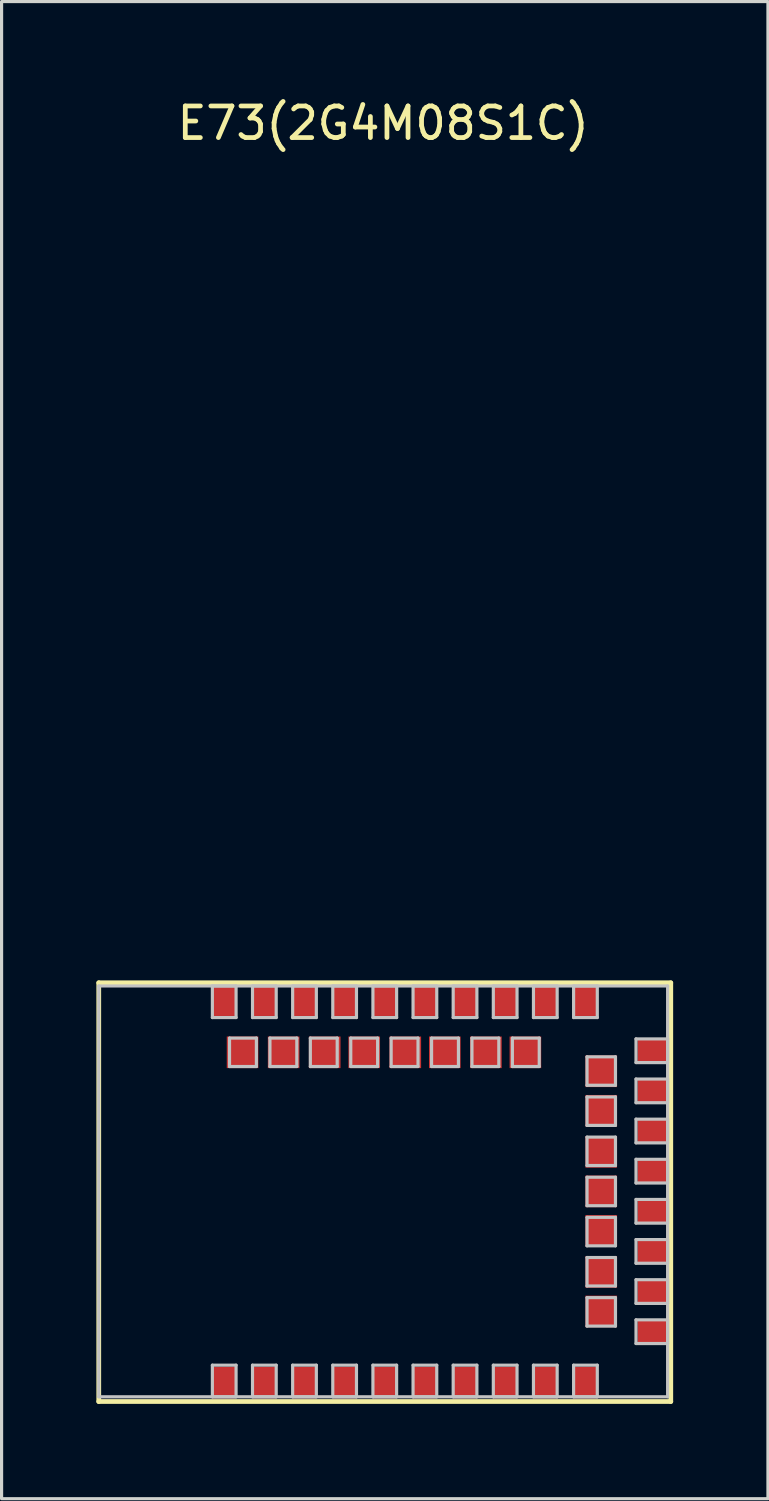
<source format=kicad_pcb>
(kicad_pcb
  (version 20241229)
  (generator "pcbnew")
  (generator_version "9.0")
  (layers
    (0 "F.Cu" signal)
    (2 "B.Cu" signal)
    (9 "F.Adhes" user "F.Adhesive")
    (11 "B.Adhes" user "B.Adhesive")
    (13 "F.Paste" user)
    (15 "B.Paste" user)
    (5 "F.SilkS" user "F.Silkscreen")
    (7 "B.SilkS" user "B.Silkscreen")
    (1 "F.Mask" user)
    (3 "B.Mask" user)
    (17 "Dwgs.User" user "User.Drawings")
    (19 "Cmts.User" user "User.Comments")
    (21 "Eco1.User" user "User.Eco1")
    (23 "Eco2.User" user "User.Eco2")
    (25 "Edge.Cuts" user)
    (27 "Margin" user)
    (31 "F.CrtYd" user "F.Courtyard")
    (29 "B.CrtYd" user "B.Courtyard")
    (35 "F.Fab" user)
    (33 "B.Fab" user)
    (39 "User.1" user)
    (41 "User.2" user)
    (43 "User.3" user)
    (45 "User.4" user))
  (footprint "E73(2G4M08S1C)"
    (layer "F.Cu")
    (at 9.775 34.648)
    (property "Reference" "E73(2G4M08S1C)" (at -0.7 -33.8 0) (layer "F.SilkS") (effects (font (size 1 1) (thickness 0.15))))
    (attr through_hole)
    (fp_line (start -9.7 -6.6) (end 8.4 -6.6) (stroke (width 0.15) (type solid)) (layer "F.SilkS"))
    (fp_line (start -9.7 6.65) (end -9.7 -6.6) (stroke (width 0.15) (type solid)) (layer "F.SilkS"))
    (fp_line (start 8.4 -6.6) (end 8.4 6.65) (stroke (width 0.15) (type solid)) (layer "F.SilkS"))
    (fp_line (start 8.4 6.65) (end -9.7 6.65) (stroke (width 0.15) (type solid)) (layer "F.SilkS"))
    (fp_line (start -9.7 -6.5) (end 8.3 -6.5) (stroke (width 0.1) (type solid)) (layer "Dwgs.User"))
    (fp_line (start -9.7 6.5) (end -9.7 -6.5) (stroke (width 0.1) (type solid)) (layer "Dwgs.User"))
    (fp_line (start -6.105 -6.5) (end -5.355 -6.5) (stroke (width 0.1) (type solid)) (layer "Dwgs.User"))
    (fp_line (start -6.105 -5.5) (end -6.105 -6.5) (stroke (width 0.1) (type solid)) (layer "Dwgs.User"))
    (fp_line (start -6.105 5.5) (end -5.355 5.5) (stroke (width 0.1) (type solid)) (layer "Dwgs.User"))
    (fp_line (start -6.105 6.5) (end -6.105 5.5) (stroke (width 0.1) (type solid)) (layer "Dwgs.User"))
    (fp_line (start -5.562 -4.85) (end -5.562 -3.95) (stroke (width 0.1) (type solid)) (layer "Dwgs.User"))
    (fp_line (start -5.562 -3.95) (end -4.712 -3.95) (stroke (width 0.1) (type solid)) (layer "Dwgs.User"))
    (fp_line (start -5.355 -6.5) (end -5.355 -5.5) (stroke (width 0.1) (type solid)) (layer "Dwgs.User"))
    (fp_line (start -5.355 -5.5) (end -6.105 -5.5) (stroke (width 0.1) (type solid)) (layer "Dwgs.User"))
    (fp_line (start -5.355 5.5) (end -5.355 6.5) (stroke (width 0.1) (type solid)) (layer "Dwgs.User"))
    (fp_line (start -5.355 6.5) (end -6.105 6.5) (stroke (width 0.1) (type solid)) (layer "Dwgs.User"))
    (fp_line (start -4.835 -6.5) (end -4.085 -6.5) (stroke (width 0.1) (type solid)) (layer "Dwgs.User"))
    (fp_line (start -4.835 -5.5) (end -4.835 -6.5) (stroke (width 0.1) (type solid)) (layer "Dwgs.User"))
    (fp_line (start -4.835 5.5) (end -4.835 6.5) (stroke (width 0.1) (type solid)) (layer "Dwgs.User"))
    (fp_line (start -4.835 6.5) (end -4.085 6.5) (stroke (width 0.1) (type solid)) (layer "Dwgs.User"))
    (fp_line (start -4.712 -4.85) (end -5.562 -4.85) (stroke (width 0.1) (type solid)) (layer "Dwgs.User"))
    (fp_line (start -4.712 -3.95) (end -4.712 -4.85) (stroke (width 0.1) (type solid)) (layer "Dwgs.User"))
    (fp_line (start -4.283 -4.85) (end -3.433 -4.85) (stroke (width 0.1) (type solid)) (layer "Dwgs.User"))
    (fp_line (start -4.283 -3.95) (end -4.283 -4.85) (stroke (width 0.1) (type solid)) (layer "Dwgs.User"))
    (fp_line (start -4.085 -6.5) (end -4.085 -5.5) (stroke (width 0.1) (type solid)) (layer "Dwgs.User"))
    (fp_line (start -4.085 -5.5) (end -4.835 -5.5) (stroke (width 0.1) (type solid)) (layer "Dwgs.User"))
    (fp_line (start -4.085 5.5) (end -4.835 5.5) (stroke (width 0.1) (type solid)) (layer "Dwgs.User"))
    (fp_line (start -4.085 6.5) (end -4.085 5.5) (stroke (width 0.1) (type solid)) (layer "Dwgs.User"))
    (fp_line (start -3.565 -6.5) (end -2.815 -6.5) (stroke (width 0.1) (type solid)) (layer "Dwgs.User"))
    (fp_line (start -3.565 -5.5) (end -3.565 -6.5) (stroke (width 0.1) (type solid)) (layer "Dwgs.User"))
    (fp_line (start -3.565 5.5) (end -3.565 6.5) (stroke (width 0.1) (type solid)) (layer "Dwgs.User"))
    (fp_line (start -3.565 6.5) (end -2.815 6.5) (stroke (width 0.1) (type solid)) (layer "Dwgs.User"))
    (fp_line (start -3.433 -4.85) (end -3.433 -3.95) (stroke (width 0.1) (type solid)) (layer "Dwgs.User"))
    (fp_line (start -3.433 -3.95) (end -4.283 -3.95) (stroke (width 0.1) (type solid)) (layer "Dwgs.User"))
    (fp_line (start -3.005 -4.85) (end -2.155 -4.85) (stroke (width 0.1) (type solid)) (layer "Dwgs.User"))
    (fp_line (start -3.005 -3.95) (end -3.005 -4.85) (stroke (width 0.1) (type solid)) (layer "Dwgs.User"))
    (fp_line (start -2.815 -6.5) (end -2.815 -5.5) (stroke (width 0.1) (type solid)) (layer "Dwgs.User"))
    (fp_line (start -2.815 -5.5) (end -3.565 -5.5) (stroke (width 0.1) (type solid)) (layer "Dwgs.User"))
    (fp_line (start -2.815 5.5) (end -3.565 5.5) (stroke (width 0.1) (type solid)) (layer "Dwgs.User"))
    (fp_line (start -2.815 6.5) (end -2.815 5.5) (stroke (width 0.1) (type solid)) (layer "Dwgs.User"))
    (fp_line (start -2.295 -6.5) (end -1.545 -6.5) (stroke (width 0.1) (type solid)) (layer "Dwgs.User"))
    (fp_line (start -2.295 -5.5) (end -2.295 -6.5) (stroke (width 0.1) (type solid)) (layer "Dwgs.User"))
    (fp_line (start -2.295 5.5) (end -2.295 6.5) (stroke (width 0.1) (type solid)) (layer "Dwgs.User"))
    (fp_line (start -2.295 6.5) (end -1.545 6.5) (stroke (width 0.1) (type solid)) (layer "Dwgs.User"))
    (fp_line (start -2.155 -4.85) (end -2.155 -3.95) (stroke (width 0.1) (type solid)) (layer "Dwgs.User"))
    (fp_line (start -2.155 -3.95) (end -3.005 -3.95) (stroke (width 0.1) (type solid)) (layer "Dwgs.User"))
    (fp_line (start -1.726 -4.85) (end -0.876 -4.85) (stroke (width 0.1) (type solid)) (layer "Dwgs.User"))
    (fp_line (start -1.726 -3.95) (end -1.726 -4.85) (stroke (width 0.1) (type solid)) (layer "Dwgs.User"))
    (fp_line (start -1.545 -6.5) (end -1.545 -5.5) (stroke (width 0.1) (type solid)) (layer "Dwgs.User"))
    (fp_line (start -1.545 -5.5) (end -2.295 -5.5) (stroke (width 0.1) (type solid)) (layer "Dwgs.User"))
    (fp_line (start -1.545 5.5) (end -2.295 5.5) (stroke (width 0.1) (type solid)) (layer "Dwgs.User"))
    (fp_line (start -1.545 6.5) (end -1.545 5.5) (stroke (width 0.1) (type solid)) (layer "Dwgs.User"))
    (fp_line (start -1.025 -6.5) (end -0.275 -6.5) (stroke (width 0.1) (type solid)) (layer "Dwgs.User"))
    (fp_line (start -1.025 -5.5) (end -1.025 -6.5) (stroke (width 0.1) (type solid)) (layer "Dwgs.User"))
    (fp_line (start -1.025 5.5) (end -1.025 6.5) (stroke (width 0.1) (type solid)) (layer "Dwgs.User"))
    (fp_line (start -1.025 6.5) (end -0.275 6.5) (stroke (width 0.1) (type solid)) (layer "Dwgs.User"))
    (fp_line (start -0.876 -4.85) (end -0.876 -3.95) (stroke (width 0.1) (type solid)) (layer "Dwgs.User"))
    (fp_line (start -0.876 -3.95) (end -1.726 -3.95) (stroke (width 0.1) (type solid)) (layer "Dwgs.User"))
    (fp_line (start -0.448 -4.85) (end 0.402 -4.85) (stroke (width 0.1) (type solid)) (layer "Dwgs.User"))
    (fp_line (start -0.448 -3.95) (end -0.448 -4.85) (stroke (width 0.1) (type solid)) (layer "Dwgs.User"))
    (fp_line (start -0.275 -6.5) (end -0.275 -5.5) (stroke (width 0.1) (type solid)) (layer "Dwgs.User"))
    (fp_line (start -0.275 -5.5) (end -1.025 -5.5) (stroke (width 0.1) (type solid)) (layer "Dwgs.User"))
    (fp_line (start -0.275 5.5) (end -1.025 5.5) (stroke (width 0.1) (type solid)) (layer "Dwgs.User"))
    (fp_line (start -0.275 6.5) (end -0.275 5.5) (stroke (width 0.1) (type solid)) (layer "Dwgs.User"))
    (fp_line (start 0.245 -6.5) (end 0.995 -6.5) (stroke (width 0.1) (type solid)) (layer "Dwgs.User"))
    (fp_line (start 0.245 -5.5) (end 0.245 -6.5) (stroke (width 0.1) (type solid)) (layer "Dwgs.User"))
    (fp_line (start 0.245 5.5) (end 0.245 6.5) (stroke (width 0.1) (type solid)) (layer "Dwgs.User"))
    (fp_line (start 0.245 6.5) (end 0.995 6.5) (stroke (width 0.1) (type solid)) (layer "Dwgs.User"))
    (fp_line (start 0.402 -4.85) (end 0.402 -3.95) (stroke (width 0.1) (type solid)) (layer "Dwgs.User"))
    (fp_line (start 0.402 -3.95) (end -0.448 -3.95) (stroke (width 0.1) (type solid)) (layer "Dwgs.User"))
    (fp_line (start 0.831 -4.85) (end 1.681 -4.85) (stroke (width 0.1) (type solid)) (layer "Dwgs.User"))
    (fp_line (start 0.831 -3.95) (end 0.831 -4.85) (stroke (width 0.1) (type solid)) (layer "Dwgs.User"))
    (fp_line (start 0.995 -6.5) (end 0.995 -5.5) (stroke (width 0.1) (type solid)) (layer "Dwgs.User"))
    (fp_line (start 0.995 -5.5) (end 0.245 -5.5) (stroke (width 0.1) (type solid)) (layer "Dwgs.User"))
    (fp_line (start 0.995 5.5) (end 0.245 5.5) (stroke (width 0.1) (type solid)) (layer "Dwgs.User"))
    (fp_line (start 0.995 6.5) (end 0.995 5.5) (stroke (width 0.1) (type solid)) (layer "Dwgs.User"))
    (fp_line (start 1.515 -6.5) (end 2.265 -6.5) (stroke (width 0.1) (type solid)) (layer "Dwgs.User"))
    (fp_line (start 1.515 -5.5) (end 1.515 -6.5) (stroke (width 0.1) (type solid)) (layer "Dwgs.User"))
    (fp_line (start 1.515 5.5) (end 1.515 6.5) (stroke (width 0.1) (type solid)) (layer "Dwgs.User"))
    (fp_line (start 1.515 6.5) (end 2.265 6.5) (stroke (width 0.1) (type solid)) (layer "Dwgs.User"))
    (fp_line (start 1.681 -4.85) (end 1.681 -3.95) (stroke (width 0.1) (type solid)) (layer "Dwgs.User"))
    (fp_line (start 1.681 -3.95) (end 0.831 -3.95) (stroke (width 0.1) (type solid)) (layer "Dwgs.User"))
    (fp_line (start 2.109 -4.85) (end 2.959 -4.85) (stroke (width 0.1) (type solid)) (layer "Dwgs.User"))
    (fp_line (start 2.109 -3.95) (end 2.109 -4.85) (stroke (width 0.1) (type solid)) (layer "Dwgs.User"))
    (fp_line (start 2.265 -6.5) (end 2.265 -5.5) (stroke (width 0.1) (type solid)) (layer "Dwgs.User"))
    (fp_line (start 2.265 -5.5) (end 1.515 -5.5) (stroke (width 0.1) (type solid)) (layer "Dwgs.User"))
    (fp_line (start 2.265 5.5) (end 1.515 5.5) (stroke (width 0.1) (type solid)) (layer "Dwgs.User"))
    (fp_line (start 2.265 6.5) (end 2.265 5.5) (stroke (width 0.1) (type solid)) (layer "Dwgs.User"))
    (fp_line (start 2.785 -6.5) (end 3.535 -6.5) (stroke (width 0.1) (type solid)) (layer "Dwgs.User"))
    (fp_line (start 2.785 -5.5) (end 2.785 -6.5) (stroke (width 0.1) (type solid)) (layer "Dwgs.User"))
    (fp_line (start 2.785 5.5) (end 2.785 6.5) (stroke (width 0.1) (type solid)) (layer "Dwgs.User"))
    (fp_line (start 2.785 6.5) (end 3.535 6.5) (stroke (width 0.1) (type solid)) (layer "Dwgs.User"))
    (fp_line (start 2.959 -4.85) (end 2.959 -3.95) (stroke (width 0.1) (type solid)) (layer "Dwgs.User"))
    (fp_line (start 2.959 -3.95) (end 2.109 -3.95) (stroke (width 0.1) (type solid)) (layer "Dwgs.User"))
    (fp_line (start 3.388 -4.85) (end 4.238 -4.85) (stroke (width 0.1) (type solid)) (layer "Dwgs.User"))
    (fp_line (start 3.388 -3.95) (end 3.388 -4.85) (stroke (width 0.1) (type solid)) (layer "Dwgs.User"))
    (fp_line (start 3.535 -6.5) (end 3.535 -5.5) (stroke (width 0.1) (type solid)) (layer "Dwgs.User"))
    (fp_line (start 3.535 -5.5) (end 2.785 -5.5) (stroke (width 0.1) (type solid)) (layer "Dwgs.User"))
    (fp_line (start 3.535 5.5) (end 2.785 5.5) (stroke (width 0.1) (type solid)) (layer "Dwgs.User"))
    (fp_line (start 3.535 6.5) (end 3.535 5.5) (stroke (width 0.1) (type solid)) (layer "Dwgs.User"))
    (fp_line (start 4.055 -6.5) (end 4.805 -6.5) (stroke (width 0.1) (type solid)) (layer "Dwgs.User"))
    (fp_line (start 4.055 -5.5) (end 4.055 -6.5) (stroke (width 0.1) (type solid)) (layer "Dwgs.User"))
    (fp_line (start 4.055 5.5) (end 4.055 6.5) (stroke (width 0.1) (type solid)) (layer "Dwgs.User"))
    (fp_line (start 4.055 6.5) (end 4.805 6.5) (stroke (width 0.1) (type solid)) (layer "Dwgs.User"))
    (fp_line (start 4.238 -4.85) (end 4.238 -3.95) (stroke (width 0.1) (type solid)) (layer "Dwgs.User"))
    (fp_line (start 4.238 -3.95) (end 3.388 -3.95) (stroke (width 0.1) (type solid)) (layer "Dwgs.User"))
    (fp_line (start 4.805 -6.5) (end 4.805 -5.5) (stroke (width 0.1) (type solid)) (layer "Dwgs.User"))
    (fp_line (start 4.805 -5.5) (end 4.055 -5.5) (stroke (width 0.1) (type solid)) (layer "Dwgs.User"))
    (fp_line (start 4.805 5.5) (end 4.055 5.5) (stroke (width 0.1) (type solid)) (layer "Dwgs.User"))
    (fp_line (start 4.805 6.5) (end 4.805 5.5) (stroke (width 0.1) (type solid)) (layer "Dwgs.User"))
    (fp_line (start 5.325 -6.5) (end 6.075 -6.5) (stroke (width 0.1) (type solid)) (layer "Dwgs.User"))
    (fp_line (start 5.325 -5.5) (end 5.325 -6.5) (stroke (width 0.1) (type solid)) (layer "Dwgs.User"))
    (fp_line (start 5.325 5.5) (end 5.325 6.5) (stroke (width 0.1) (type solid)) (layer "Dwgs.User"))
    (fp_line (start 5.325 6.5) (end 6.075 6.5) (stroke (width 0.1) (type solid)) (layer "Dwgs.User"))
    (fp_line (start 5.75 -4.257) (end 5.75 -3.357) (stroke (width 0.1) (type solid)) (layer "Dwgs.User"))
    (fp_line (start 5.75 -3.357) (end 6.65 -3.357) (stroke (width 0.1) (type solid)) (layer "Dwgs.User"))
    (fp_line (start 5.75 -2.987) (end 5.75 -2.087) (stroke (width 0.1) (type solid)) (layer "Dwgs.User"))
    (fp_line (start 5.75 -2.087) (end 6.65 -2.087) (stroke (width 0.1) (type solid)) (layer "Dwgs.User"))
    (fp_line (start 5.75 -1.717) (end 5.75 -0.817) (stroke (width 0.1) (type solid)) (layer "Dwgs.User"))
    (fp_line (start 5.75 -0.817) (end 6.65 -0.817) (stroke (width 0.1) (type solid)) (layer "Dwgs.User"))
    (fp_line (start 5.75 -0.447) (end 5.75 0.453) (stroke (width 0.1) (type solid)) (layer "Dwgs.User"))
    (fp_line (start 5.75 0.453) (end 6.65 0.453) (stroke (width 0.1) (type solid)) (layer "Dwgs.User"))
    (fp_line (start 5.75 0.823) (end 5.75 1.723) (stroke (width 0.1) (type solid)) (layer "Dwgs.User"))
    (fp_line (start 5.75 1.723) (end 6.65 1.723) (stroke (width 0.1) (type solid)) (layer "Dwgs.User"))
    (fp_line (start 5.75 2.093) (end 5.75 2.993) (stroke (width 0.1) (type solid)) (layer "Dwgs.User"))
    (fp_line (start 5.75 2.993) (end 6.65 2.993) (stroke (width 0.1) (type solid)) (layer "Dwgs.User"))
    (fp_line (start 5.75 3.363) (end 6.65 3.363) (stroke (width 0.1) (type solid)) (layer "Dwgs.User"))
    (fp_line (start 5.75 4.263) (end 5.75 3.363) (stroke (width 0.1) (type solid)) (layer "Dwgs.User"))
    (fp_line (start 6.075 -6.5) (end 6.075 -5.5) (stroke (width 0.1) (type solid)) (layer "Dwgs.User"))
    (fp_line (start 6.075 -5.5) (end 5.325 -5.5) (stroke (width 0.1) (type solid)) (layer "Dwgs.User"))
    (fp_line (start 6.075 5.5) (end 5.325 5.5) (stroke (width 0.1) (type solid)) (layer "Dwgs.User"))
    (fp_line (start 6.075 6.5) (end 6.075 5.5) (stroke (width 0.1) (type solid)) (layer "Dwgs.User"))
    (fp_line (start 6.65 -4.257) (end 5.75 -4.257) (stroke (width 0.1) (type solid)) (layer "Dwgs.User"))
    (fp_line (start 6.65 -3.357) (end 6.65 -4.257) (stroke (width 0.1) (type solid)) (layer "Dwgs.User"))
    (fp_line (start 6.65 -2.987) (end 5.75 -2.987) (stroke (width 0.1) (type solid)) (layer "Dwgs.User"))
    (fp_line (start 6.65 -2.087) (end 6.65 -2.987) (stroke (width 0.1) (type solid)) (layer "Dwgs.User"))
    (fp_line (start 6.65 -1.717) (end 5.75 -1.717) (stroke (width 0.1) (type solid)) (layer "Dwgs.User"))
    (fp_line (start 6.65 -0.817) (end 6.65 -1.717) (stroke (width 0.1) (type solid)) (layer "Dwgs.User"))
    (fp_line (start 6.65 -0.447) (end 5.75 -0.447) (stroke (width 0.1) (type solid)) (layer "Dwgs.User"))
    (fp_line (start 6.65 0.453) (end 6.65 -0.447) (stroke (width 0.1) (type solid)) (layer "Dwgs.User"))
    (fp_line (start 6.65 0.823) (end 5.75 0.823) (stroke (width 0.1) (type solid)) (layer "Dwgs.User"))
    (fp_line (start 6.65 1.723) (end 6.65 0.823) (stroke (width 0.1) (type solid)) (layer "Dwgs.User"))
    (fp_line (start 6.65 2.093) (end 5.75 2.093) (stroke (width 0.1) (type solid)) (layer "Dwgs.User"))
    (fp_line (start 6.65 2.993) (end 6.65 2.093) (stroke (width 0.1) (type solid)) (layer "Dwgs.User"))
    (fp_line (start 6.65 3.363) (end 6.65 4.263) (stroke (width 0.1) (type solid)) (layer "Dwgs.User"))
    (fp_line (start 6.65 4.263) (end 5.75 4.263) (stroke (width 0.1) (type solid)) (layer "Dwgs.User"))
    (fp_line (start 7.3 -4.825) (end 7.3 -4.075) (stroke (width 0.1) (type solid)) (layer "Dwgs.User"))
    (fp_line (start 7.3 -4.075) (end 8.3 -4.075) (stroke (width 0.1) (type solid)) (layer "Dwgs.User"))
    (fp_line (start 7.3 -3.555) (end 7.3 -2.805) (stroke (width 0.1) (type solid)) (layer "Dwgs.User"))
    (fp_line (start 7.3 -2.805) (end 8.3 -2.805) (stroke (width 0.1) (type solid)) (layer "Dwgs.User"))
    (fp_line (start 7.3 -2.285) (end 7.3 -1.535) (stroke (width 0.1) (type solid)) (layer "Dwgs.User"))
    (fp_line (start 7.3 -1.535) (end 8.3 -1.535) (stroke (width 0.1) (type solid)) (layer "Dwgs.User"))
    (fp_line (start 7.3 -1.015) (end 7.3 -0.265) (stroke (width 0.1) (type solid)) (layer "Dwgs.User"))
    (fp_line (start 7.3 -0.265) (end 8.3 -0.265) (stroke (width 0.1) (type solid)) (layer "Dwgs.User"))
    (fp_line (start 7.3 0.255) (end 7.3 1.005) (stroke (width 0.1) (type solid)) (layer "Dwgs.User"))
    (fp_line (start 7.3 1.005) (end 8.3 1.005) (stroke (width 0.1) (type solid)) (layer "Dwgs.User"))
    (fp_line (start 7.3 1.525) (end 7.3 2.275) (stroke (width 0.1) (type solid)) (layer "Dwgs.User"))
    (fp_line (start 7.3 2.275) (end 8.3 2.275) (stroke (width 0.1) (type solid)) (layer "Dwgs.User"))
    (fp_line (start 7.3 2.795) (end 7.3 3.545) (stroke (width 0.1) (type solid)) (layer "Dwgs.User"))
    (fp_line (start 7.3 3.545) (end 8.3 3.545) (stroke (width 0.1) (type solid)) (layer "Dwgs.User"))
    (fp_line (start 7.3 4.065) (end 8.3 4.065) (stroke (width 0.1) (type solid)) (layer "Dwgs.User"))
    (fp_line (start 7.3 4.815) (end 7.3 4.065) (stroke (width 0.1) (type solid)) (layer "Dwgs.User"))
    (fp_line (start 8.3 -6.5) (end 8.3 6.5) (stroke (width 0.1) (type solid)) (layer "Dwgs.User"))
    (fp_line (start 8.3 -4.825) (end 7.3 -4.825) (stroke (width 0.1) (type solid)) (layer "Dwgs.User"))
    (fp_line (start 8.3 -4.075) (end 8.3 -4.825) (stroke (width 0.1) (type solid)) (layer "Dwgs.User"))
    (fp_line (start 8.3 -3.555) (end 7.3 -3.555) (stroke (width 0.1) (type solid)) (layer "Dwgs.User"))
    (fp_line (start 8.3 -2.805) (end 8.3 -3.555) (stroke (width 0.1) (type solid)) (layer "Dwgs.User"))
    (fp_line (start 8.3 -2.285) (end 7.3 -2.285) (stroke (width 0.1) (type solid)) (layer "Dwgs.User"))
    (fp_line (start 8.3 -1.535) (end 8.3 -2.285) (stroke (width 0.1) (type solid)) (layer "Dwgs.User"))
    (fp_line (start 8.3 -1.015) (end 7.3 -1.015) (stroke (width 0.1) (type solid)) (layer "Dwgs.User"))
    (fp_line (start 8.3 -0.265) (end 8.3 -1.015) (stroke (width 0.1) (type solid)) (layer "Dwgs.User"))
    (fp_line (start 8.3 0.255) (end 7.3 0.255) (stroke (width 0.1) (type solid)) (layer "Dwgs.User"))
    (fp_line (start 8.3 1.005) (end 8.3 0.255) (stroke (width 0.1) (type solid)) (layer "Dwgs.User"))
    (fp_line (start 8.3 1.525) (end 7.3 1.525) (stroke (width 0.1) (type solid)) (layer "Dwgs.User"))
    (fp_line (start 8.3 2.275) (end 8.3 1.525) (stroke (width 0.1) (type solid)) (layer "Dwgs.User"))
    (fp_line (start 8.3 2.795) (end 7.3 2.795) (stroke (width 0.1) (type solid)) (layer "Dwgs.User"))
    (fp_line (start 8.3 3.545) (end 8.3 2.795) (stroke (width 0.1) (type solid)) (layer "Dwgs.User"))
    (fp_line (start 8.3 4.065) (end 8.3 4.815) (stroke (width 0.1) (type solid)) (layer "Dwgs.User"))
    (fp_line (start 8.3 4.815) (end 7.3 4.815) (stroke (width 0.1) (type solid)) (layer "Dwgs.User"))
    (fp_line (start 8.3 6.5) (end -9.7 6.5) (stroke (width 0.1) (type solid)) (layer "Dwgs.User"))
    (pad "1" smd rect (at -5.75 6.05) (size 0.75 1) (layers "F.Cu" "F.Mask" "F.Paste"))
    (pad "2" smd rect (at -4.45 6.05) (size 0.75 1) (layers "F.Cu" "F.Mask" "F.Paste"))
    (pad "3" smd rect (at -3.2 6.05) (size 0.75 1) (layers "F.Cu" "F.Mask" "F.Paste"))
    (pad "4" smd rect (at -1.9 6.05) (size 0.75 1) (layers "F.Cu" "F.Mask" "F.Paste"))
    (pad "5" smd rect (at -0.65 6.05) (size 0.75 1) (layers "F.Cu" "F.Mask" "F.Paste"))
    (pad "6" smd rect (at 0.6 6.05) (size 0.75 1) (layers "F.Cu" "F.Mask" "F.Paste"))
    (pad "7" smd rect (at 1.9 6.05) (size 0.75 1) (layers "F.Cu" "F.Mask" "F.Paste"))
    (pad "8" smd rect (at 3.15 6.05) (size 0.75 1) (layers "F.Cu" "F.Mask" "F.Paste"))
    (pad "9" smd rect (at 4.45 6.05) (size 0.75 1) (layers "F.Cu" "F.Mask" "F.Paste"))
    (pad "10" smd rect (at 5.7 6.05) (size 0.75 1) (layers "F.Cu" "F.Mask" "F.Paste"))
    (pad "11" smd rect (at 7.85 4.45) (size 1 0.75) (layers "F.Cu" "F.Mask" "F.Paste"))
    (pad "12" smd rect (at 6.2 3.8) (size 1 1) (layers "F.Cu" "F.Mask" "F.Paste"))
    (pad "13" smd rect (at 7.85 3.15) (size 1 0.75) (layers "F.Cu" "F.Mask" "F.Paste"))
    (pad "14" smd rect (at 6.2 2.55) (size 1 1) (layers "F.Cu" "F.Mask" "F.Paste"))
    (pad "15" smd rect (at 7.85 1.9) (size 1 0.75) (layers "F.Cu" "F.Mask" "F.Paste"))
    (pad "16" smd rect (at 6.2 1.25) (size 1 1) (layers "F.Cu" "F.Mask" "F.Paste"))
    (pad "17" smd rect (at 7.85 0.65) (size 1 0.75) (layers "F.Cu" "F.Mask" "F.Paste"))
    (pad "18" smd rect (at 6.2 0) (size 1 1) (layers "F.Cu" "F.Mask" "F.Paste"))
    (pad "19" smd rect (at 7.85 -0.65) (size 1 0.75) (layers "F.Cu" "F.Mask" "F.Paste"))
    (pad "20" smd rect (at 6.2 -1.25) (size 1 1) (layers "F.Cu" "F.Mask" "F.Paste"))
    (pad "21" smd rect (at 7.85 -1.9) (size 1 0.75) (layers "F.Cu" "F.Mask" "F.Paste"))
    (pad "22" smd rect (at 6.2 -2.55) (size 1 1) (layers "F.Cu" "F.Mask" "F.Paste"))
    (pad "23" smd rect (at 7.85 -3.15) (size 1 0.75) (layers "F.Cu" "F.Mask" "F.Paste"))
    (pad "24" smd rect (at 6.2 -3.8) (size 1 1) (layers "F.Cu" "F.Mask" "F.Paste"))
    (pad "25" smd rect (at 7.85 -4.45) (size 1 0.75) (layers "F.Cu" "F.Mask" "F.Paste"))
    (pad "26" smd rect (at 5.7 -6.05) (size 0.75 1) (layers "F.Cu" "F.Mask" "F.Paste"))
    (pad "27" smd rect (at 4.45 -6.05) (size 0.75 1) (layers "F.Cu" "F.Mask" "F.Paste"))
    (pad "28" smd rect (at 3.8 -4.4) (size 1 1) (layers "F.Cu" "F.Mask" "F.Paste"))
    (pad "29" smd rect (at 3.15 -6.05) (size 0.75 1) (layers "F.Cu" "F.Mask" "F.Paste"))
    (pad "30" smd rect (at 2.55 -4.4) (size 1 1) (layers "F.Cu" "F.Mask" "F.Paste"))
    (pad "31" smd rect (at 1.9 -6.05) (size 0.75 1) (layers "F.Cu" "F.Mask" "F.Paste"))
    (pad "32" smd rect (at 1.25 -4.4) (size 1 1) (layers "F.Cu" "F.Mask" "F.Paste"))
    (pad "33" smd rect (at 0.6 -6.05) (size 0.75 1) (layers "F.Cu" "F.Mask" "F.Paste"))
    (pad "34" smd rect (at 0 -4.4) (size 1 1) (layers "F.Cu" "F.Mask" "F.Paste"))
    (pad "35" smd rect (at -0.65 -6.05) (size 0.75 1) (layers "F.Cu" "F.Mask" "F.Paste"))
    (pad "36" smd rect (at -1.3 -4.4) (size 1 1) (layers "F.Cu" "F.Mask" "F.Paste"))
    (pad "37" smd rect (at -1.9 -6.05) (size 0.75 1) (layers "F.Cu" "F.Mask" "F.Paste"))
    (pad "38" smd rect (at -2.55 -4.4) (size 1 1) (layers "F.Cu" "F.Mask" "F.Paste"))
    (pad "39" smd rect (at -3.2 -6.05) (size 0.75 1) (layers "F.Cu" "F.Mask" "F.Paste"))
    (pad "40" smd rect (at -3.85 -4.4) (size 1 1) (layers "F.Cu" "F.Mask" "F.Paste"))
    (pad "41" smd rect (at -4.45 -6.05) (size 0.75 1) (layers "F.Cu" "F.Mask" "F.Paste"))
    (pad "42" smd rect (at -5.15 -4.4) (size 1 1) (layers "F.Cu" "F.Mask" "F.Paste"))
    (pad "43" smd rect (at -5.75 -6.05) (size 0.75 1) (layers "F.Cu" "F.Mask" "F.Paste")))
  (gr_rect
    (start -3 -3)
    (end 21.25 44.373)
    (stroke (width 0.1) (type default))
    (fill no)
    (layer "Edge.Cuts")))
</source>
